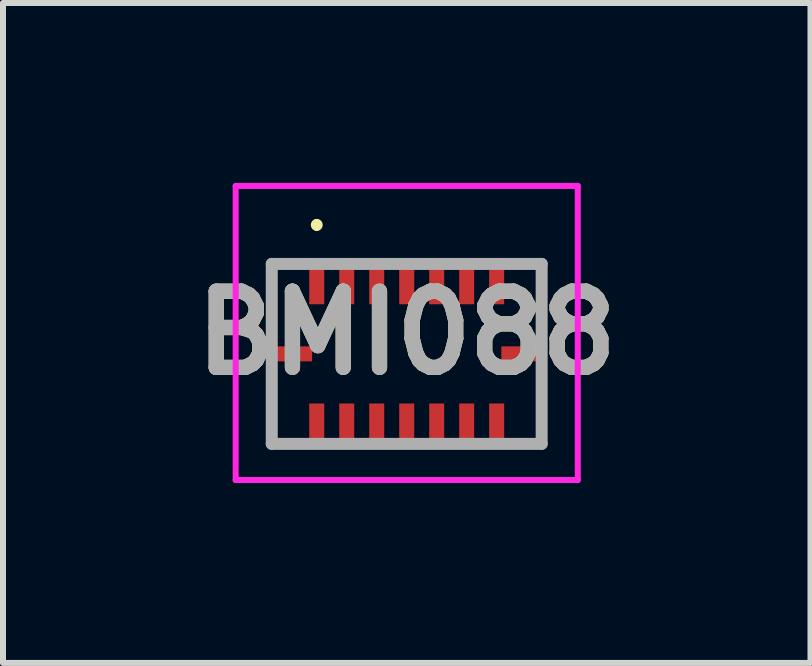
<source format=kicad_pcb>
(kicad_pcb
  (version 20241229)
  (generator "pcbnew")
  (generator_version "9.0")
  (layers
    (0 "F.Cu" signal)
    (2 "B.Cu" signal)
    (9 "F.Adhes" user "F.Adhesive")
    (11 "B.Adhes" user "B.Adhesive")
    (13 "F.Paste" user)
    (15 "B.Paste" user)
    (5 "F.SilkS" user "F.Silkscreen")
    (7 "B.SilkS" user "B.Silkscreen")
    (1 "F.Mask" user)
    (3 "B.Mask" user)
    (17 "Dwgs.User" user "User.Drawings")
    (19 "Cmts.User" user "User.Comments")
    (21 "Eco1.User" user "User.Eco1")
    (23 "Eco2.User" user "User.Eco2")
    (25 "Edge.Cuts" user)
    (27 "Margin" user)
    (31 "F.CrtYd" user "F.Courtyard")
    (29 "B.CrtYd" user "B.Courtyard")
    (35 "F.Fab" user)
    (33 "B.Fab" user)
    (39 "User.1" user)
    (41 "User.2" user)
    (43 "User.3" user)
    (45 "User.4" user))
  (footprint "BMI088"
    (layer "F.Cu")
    (at 3.731 2.85)
    (property "Reference" "BMI088" (at 0 -0.349 180) (layer "F.SilkS") (effects (font (size 1.27 1.27) (thickness 0.254))))
    (attr smd)
    (fp_line (start -2.25 -1.5) (end -1.915 -1.5) (stroke (width 0.1) (type solid)) (layer "F.SilkS"))
    (fp_line (start -2.25 -0.5) (end -2.25 -1.5) (stroke (width 0.1) (type solid)) (layer "F.SilkS"))
    (fp_line (start -2.25 0.5) (end -2.25 0.5) (stroke (width 0.1) (type solid)) (layer "F.SilkS"))
    (fp_line (start -2.25 1.5) (end -2.25 0.5) (stroke (width 0.1) (type solid)) (layer "F.SilkS"))
    (fp_line (start -1.915 1.5) (end -2.25 1.5) (stroke (width 0.1) (type solid)) (layer "F.SilkS"))
    (fp_line (start -1.5 -2.2) (end -1.5 -2.2) (stroke (width 0.1) (type solid)) (layer "F.SilkS"))
    (fp_line (start -1.5 -2.1) (end -1.5 -2.1) (stroke (width 0.1) (type solid)) (layer "F.SilkS"))
    (fp_line (start 1.915 -1.5) (end 2.25 -1.5) (stroke (width 0.1) (type solid)) (layer "F.SilkS"))
    (fp_line (start 2 1.5) (end 2.25 1.5) (stroke (width 0.1) (type solid)) (layer "F.SilkS"))
    (fp_line (start 2.25 -1.5) (end 2.25 -0.5) (stroke (width 0.1) (type solid)) (layer "F.SilkS"))
    (fp_line (start 2.25 1.5) (end 2.25 0.5) (stroke (width 0.1) (type solid)) (layer "F.SilkS"))
    (fp_arc (start -1.5 -2.2) (mid -1.45 -2.15) (end -1.5 -2.1) (stroke (width 0.1) (type solid)) (layer "F.SilkS"))
    (fp_arc (start -1.5 -2.1) (mid -1.55 -2.15) (end -1.5 -2.2) (stroke (width 0.1) (type solid)) (layer "F.SilkS"))
    (fp_line (start -2.852 -2.8) (end 2.852 -2.8) (stroke (width 0.1) (type solid)) (layer "F.CrtYd"))
    (fp_line (start -2.852 2.103) (end -2.852 -2.8) (stroke (width 0.1) (type solid)) (layer "F.CrtYd"))
    (fp_line (start 2.852 -2.8) (end 2.852 2.103) (stroke (width 0.1) (type solid)) (layer "F.CrtYd"))
    (fp_line (start 2.852 2.103) (end -2.852 2.103) (stroke (width 0.1) (type solid)) (layer "F.CrtYd"))
    (fp_line (start -2.25 -1.5) (end 2.25 -1.5) (stroke (width 0.2) (type solid)) (layer "F.Fab"))
    (fp_line (start -2.25 1.5) (end -2.25 -1.5) (stroke (width 0.2) (type solid)) (layer "F.Fab"))
    (fp_line (start 2.25 -1.5) (end 2.25 1.5) (stroke (width 0.2) (type solid)) (layer "F.Fab"))
    (fp_line (start 2.25 1.5) (end -2.25 1.5) (stroke (width 0.2) (type solid)) (layer "F.Fab"))
    (fp_text user "${REFERENCE}" (at 0 -0.349 180) (layer "F.Fab") (effects (font (size 1.27 1.27) (thickness 0.254))))
    (pad "1" smd rect (at -1.5 -1.165) (size 0.25 0.675) (layers "F.Cu" "F.Mask" "F.Paste"))
    (pad "2" smd rect (at -1 -1.165) (size 0.25 0.675) (layers "F.Cu" "F.Mask" "F.Paste"))
    (pad "3" smd rect (at -0.5 -1.165) (size 0.25 0.675) (layers "F.Cu" "F.Mask" "F.Paste"))
    (pad "4" smd rect (at 0 -1.165) (size 0.25 0.675) (layers "F.Cu" "F.Mask" "F.Paste"))
    (pad "5" smd rect (at 0.5 -1.165) (size 0.25 0.675) (layers "F.Cu" "F.Mask" "F.Paste"))
    (pad "6" smd rect (at 1 -1.165) (size 0.25 0.675) (layers "F.Cu" "F.Mask" "F.Paste"))
    (pad "7" smd rect (at 1.5 -1.165) (size 0.25 0.675) (layers "F.Cu" "F.Mask" "F.Paste"))
    (pad "8" smd rect (at 1.915 0 90) (size 0.25 0.675) (layers "F.Cu" "F.Mask" "F.Paste"))
    (pad "9" smd rect (at 1.5 1.165) (size 0.25 0.675) (layers "F.Cu" "F.Mask" "F.Paste"))
    (pad "10" smd rect (at 1 1.165) (size 0.25 0.675) (layers "F.Cu" "F.Mask" "F.Paste"))
    (pad "11" smd rect (at 0.5 1.165) (size 0.25 0.675) (layers "F.Cu" "F.Mask" "F.Paste"))
    (pad "12" smd rect (at 0 1.165) (size 0.25 0.675) (layers "F.Cu" "F.Mask" "F.Paste"))
    (pad "13" smd rect (at -0.5 1.165) (size 0.25 0.675) (layers "F.Cu" "F.Mask" "F.Paste"))
    (pad "14" smd rect (at -1 1.165) (size 0.25 0.675) (layers "F.Cu" "F.Mask" "F.Paste"))
    (pad "15" smd rect (at -1.5 1.165) (size 0.25 0.675) (layers "F.Cu" "F.Mask" "F.Paste"))
    (pad "16" smd rect (at -1.915 0 90) (size 0.25 0.675) (layers "F.Cu" "F.Mask" "F.Paste")))
  (gr_rect
    (start -3 -3)
    (end 10.463 8.003)
    (stroke (width 0.1) (type default))
    (fill no)
    (layer "Edge.Cuts")))
</source>
